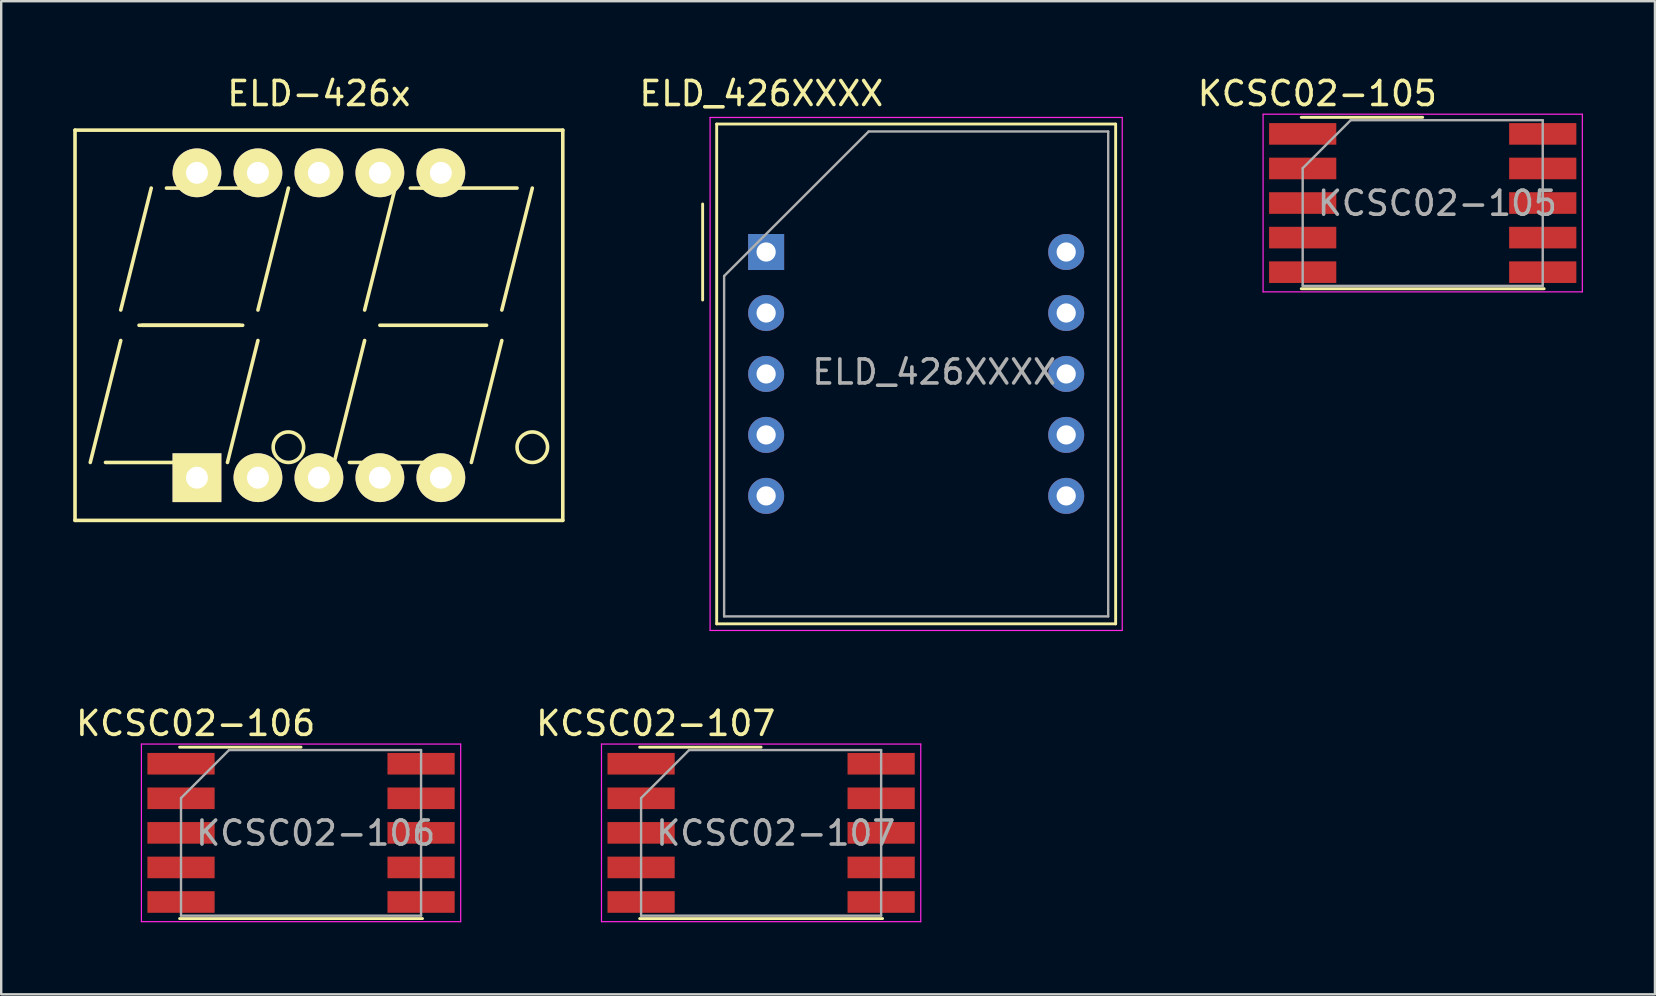
<source format=kicad_pcb>
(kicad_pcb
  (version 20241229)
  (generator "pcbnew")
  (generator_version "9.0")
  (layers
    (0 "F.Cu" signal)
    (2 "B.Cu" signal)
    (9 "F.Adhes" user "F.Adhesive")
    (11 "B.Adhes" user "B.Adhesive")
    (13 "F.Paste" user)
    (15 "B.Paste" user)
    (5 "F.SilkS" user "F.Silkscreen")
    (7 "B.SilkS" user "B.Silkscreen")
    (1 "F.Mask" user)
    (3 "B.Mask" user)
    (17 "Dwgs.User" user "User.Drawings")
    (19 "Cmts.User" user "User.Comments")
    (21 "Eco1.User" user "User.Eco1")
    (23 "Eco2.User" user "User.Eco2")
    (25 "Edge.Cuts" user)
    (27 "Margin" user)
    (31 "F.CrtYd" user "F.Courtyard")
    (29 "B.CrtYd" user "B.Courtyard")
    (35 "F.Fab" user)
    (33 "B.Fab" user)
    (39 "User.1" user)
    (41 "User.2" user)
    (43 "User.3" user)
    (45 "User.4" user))
  (footprint "ELD-426x"
    (layer "F.Cu")
    (at 10.235 10.5)
    (property "Reference" "ELD-426x" (at 0 -9.652 0) (layer "F.SilkS") (effects (font (size 1 1) (thickness 0.15))))
    (attr through_hole)
    (fp_line (start -10.16 -8.128) (end 10.16 -8.128) (stroke (width 0.15) (type solid)) (layer "F.SilkS"))
    (fp_line (start -10.16 8.128) (end -10.16 -8.128) (stroke (width 0.15) (type solid)) (layer "F.SilkS"))
    (fp_line (start -10.16 8.128) (end 10.16 8.128) (stroke (width 0.15) (type solid)) (layer "F.SilkS"))
    (fp_line (start -8.89 5.715) (end -4.445 5.715) (stroke (width 0.15) (type solid)) (layer "F.SilkS"))
    (fp_line (start -8.255 -0.635) (end -6.985 -5.715) (stroke (width 0.15) (type solid)) (layer "F.SilkS"))
    (fp_line (start -8.255 0.635) (end -9.525 5.715) (stroke (width 0.15) (type solid)) (layer "F.SilkS"))
    (fp_line (start -7.493 0) (end -3.175 0) (stroke (width 0.15) (type solid)) (layer "F.SilkS"))
    (fp_line (start -7.366 0) (end -3.302 0) (stroke (width 0.15) (type solid)) (layer "F.SilkS"))
    (fp_line (start -6.35 -5.715) (end -1.905 -5.715) (stroke (width 0.15) (type solid)) (layer "F.SilkS"))
    (fp_line (start -2.54 -0.635) (end -1.27 -5.715) (stroke (width 0.15) (type solid)) (layer "F.SilkS"))
    (fp_line (start -2.54 0.635) (end -3.81 5.715) (stroke (width 0.15) (type solid)) (layer "F.SilkS"))
    (fp_line (start 0.635 5.715) (end 1.905 0.635) (stroke (width 0.15) (type solid)) (layer "F.SilkS"))
    (fp_line (start 1.27 5.715) (end 5.715 5.715) (stroke (width 0.15) (type solid)) (layer "F.SilkS"))
    (fp_line (start 1.905 -0.635) (end 3.175 -5.715) (stroke (width 0.15) (type solid)) (layer "F.SilkS"))
    (fp_line (start 2.54 0) (end 6.985 0) (stroke (width 0.15) (type solid)) (layer "F.SilkS"))
    (fp_line (start 3.81 -5.715) (end 8.255 -5.715) (stroke (width 0.15) (type solid)) (layer "F.SilkS"))
    (fp_line (start 7.62 -0.635) (end 8.89 -5.715) (stroke (width 0.15) (type solid)) (layer "F.SilkS"))
    (fp_line (start 7.62 0.635) (end 6.35 5.715) (stroke (width 0.15) (type solid)) (layer "F.SilkS"))
    (fp_line (start 10.16 -8.128) (end 10.16 8.128) (stroke (width 0.15) (type solid)) (layer "F.SilkS"))
    (fp_circle (center -1.27 5.08) (end -0.635 5.08) (stroke (width 0.15) (type solid)) (fill no) (layer "F.SilkS"))
    (fp_circle (center 8.89 5.08) (end 9.525 5.08) (stroke (width 0.15) (type solid)) (fill no) (layer "F.SilkS"))
    (pad "1" thru_hole rect (at -5.08 6.35) (size 2.032 2.032) (drill 0.914) (layers "*.Cu" "*.Mask" "F.SilkS"))
    (pad "2" thru_hole circle (at -2.54 6.35) (size 2.032 2.032) (drill 0.914) (layers "*.Cu" "*.Mask" "F.SilkS"))
    (pad "3" thru_hole circle (at 0 6.35) (size 2.032 2.032) (drill 0.914) (layers "*.Cu" "*.Mask" "F.SilkS"))
    (pad "4" thru_hole circle (at 2.54 6.35) (size 2.032 2.032) (drill 0.914) (layers "*.Cu" "*.Mask" "F.SilkS"))
    (pad "5" thru_hole circle (at 5.08 6.35) (size 2.032 2.032) (drill 0.914) (layers "*.Cu" "*.Mask" "F.SilkS"))
    (pad "6" thru_hole circle (at 5.08 -6.35) (size 2.032 2.032) (drill 0.914) (layers "*.Cu" "*.Mask" "F.SilkS"))
    (pad "7" thru_hole circle (at 2.54 -6.35) (size 2.032 2.032) (drill 0.914) (layers "*.Cu" "*.Mask" "F.SilkS"))
    (pad "8" thru_hole circle (at 0 -6.35) (size 2.032 2.032) (drill 0.914) (layers "*.Cu" "*.Mask" "F.SilkS"))
    (pad "9" thru_hole circle (at -2.54 -6.35) (size 2.032 2.032) (drill 0.914) (layers "*.Cu" "*.Mask" "F.SilkS"))
    (pad "10" thru_hole circle (at -5.08 -6.35) (size 2.032 2.032) (drill 0.914) (layers "*.Cu" "*.Mask" "F.SilkS")))
  (footprint "KCSC02-105"
    (layer "F.Cu")
    (at 56.218 5.408)
    (property "Reference" "KCSC02-105" (at -4.39 -4.56 0) (layer "F.SilkS") (effects (font (size 1 1) (thickness 0.15))))
    (attr through_hole)
    (fp_line (start -5.06 -3.57) (end 0 -3.57) (stroke (width 0.12) (type solid)) (layer "F.SilkS"))
    (fp_line (start 5.06 3.57) (end -5.06 3.57) (stroke (width 0.12) (type solid)) (layer "F.SilkS"))
    (fp_line (start -6.65 -3.7) (end -6.65 3.7) (stroke (width 0.05) (type solid)) (layer "F.CrtYd"))
    (fp_line (start -6.65 -3.7) (end 6.65 -3.7) (stroke (width 0.05) (type solid)) (layer "F.CrtYd"))
    (fp_line (start 6.65 -3.7) (end 6.65 3.7) (stroke (width 0.05) (type solid)) (layer "F.CrtYd"))
    (fp_line (start 6.65 3.7) (end -6.65 3.7) (stroke (width 0.05) (type solid)) (layer "F.CrtYd"))
    (fp_line (start -5 -1.45) (end -3 -3.45) (stroke (width 0.1) (type solid)) (layer "F.Fab"))
    (fp_line (start -5 3.45) (end -5 -1.45) (stroke (width 0.1) (type solid)) (layer "F.Fab"))
    (fp_line (start -3 -3.45) (end 5 -3.45) (stroke (width 0.1) (type solid)) (layer "F.Fab"))
    (fp_line (start 5 -3.45) (end 5 3.45) (stroke (width 0.1) (type solid)) (layer "F.Fab"))
    (fp_line (start 5 3.45) (end -5 3.45) (stroke (width 0.1) (type solid)) (layer "F.Fab"))
    (fp_text user "${REFERENCE}" (at 0.61 0.01 0) (layer "F.Fab") (effects (font (size 1 1) (thickness 0.15))))
    (pad "1" smd rect (at -5 -2.88) (size 2.8 0.9) (layers "F.Cu" "F.Mask" "F.Paste"))
    (pad "2" smd rect (at -5 -1.44) (size 2.8 0.9) (layers "F.Cu" "F.Mask" "F.Paste"))
    (pad "3" smd rect (at -5 0) (size 2.8 0.9) (layers "F.Cu" "F.Mask" "F.Paste"))
    (pad "4" smd rect (at -5 1.44) (size 2.8 0.9) (layers "F.Cu" "F.Mask" "F.Paste"))
    (pad "5" smd rect (at -5 2.88) (size 2.8 0.9) (layers "F.Cu" "F.Mask" "F.Paste"))
    (pad "6" smd rect (at 5 2.88) (size 2.8 0.9) (layers "F.Cu" "F.Mask" "F.Paste"))
    (pad "7" smd rect (at 5 1.44) (size 2.8 0.9) (layers "F.Cu" "F.Mask" "F.Paste"))
    (pad "8" smd rect (at 5 0) (size 2.8 0.9) (layers "F.Cu" "F.Mask" "F.Paste"))
    (pad "9" smd rect (at 5 -1.44) (size 2.8 0.9) (layers "F.Cu" "F.Mask" "F.Paste"))
    (pad "10" smd rect (at 5 -2.88) (size 2.8 0.9) (layers "F.Cu" "F.Mask" "F.Paste")))
  (footprint "KCSC02-106"
    (layer "F.Cu")
    (at 9.491 31.646)
    (property "Reference" "KCSC02-106" (at -4.39 -4.56 0) (layer "F.SilkS") (effects (font (size 1 1) (thickness 0.15))))
    (attr through_hole)
    (fp_line (start -5.06 -3.57) (end 0 -3.57) (stroke (width 0.12) (type solid)) (layer "F.SilkS"))
    (fp_line (start 5.06 3.57) (end -5.06 3.57) (stroke (width 0.12) (type solid)) (layer "F.SilkS"))
    (fp_line (start -6.65 -3.7) (end -6.65 3.7) (stroke (width 0.05) (type solid)) (layer "F.CrtYd"))
    (fp_line (start -6.65 -3.7) (end 6.65 -3.7) (stroke (width 0.05) (type solid)) (layer "F.CrtYd"))
    (fp_line (start 6.65 -3.7) (end 6.65 3.7) (stroke (width 0.05) (type solid)) (layer "F.CrtYd"))
    (fp_line (start 6.65 3.7) (end -6.65 3.7) (stroke (width 0.05) (type solid)) (layer "F.CrtYd"))
    (fp_line (start -5 -1.45) (end -3 -3.45) (stroke (width 0.1) (type solid)) (layer "F.Fab"))
    (fp_line (start -5 3.45) (end -5 -1.45) (stroke (width 0.1) (type solid)) (layer "F.Fab"))
    (fp_line (start -3 -3.45) (end 5 -3.45) (stroke (width 0.1) (type solid)) (layer "F.Fab"))
    (fp_line (start 5 -3.45) (end 5 3.45) (stroke (width 0.1) (type solid)) (layer "F.Fab"))
    (fp_line (start 5 3.45) (end -5 3.45) (stroke (width 0.1) (type solid)) (layer "F.Fab"))
    (fp_text user "${REFERENCE}" (at 0.61 0.01 0) (layer "F.Fab") (effects (font (size 1 1) (thickness 0.15))))
    (pad "1" smd rect (at -5 -2.88) (size 2.8 0.9) (layers "F.Cu" "F.Mask" "F.Paste"))
    (pad "2" smd rect (at -5 -1.44) (size 2.8 0.9) (layers "F.Cu" "F.Mask" "F.Paste"))
    (pad "3" smd rect (at -5 0) (size 2.8 0.9) (layers "F.Cu" "F.Mask" "F.Paste"))
    (pad "4" smd rect (at -5 1.44) (size 2.8 0.9) (layers "F.Cu" "F.Mask" "F.Paste"))
    (pad "5" smd rect (at -5 2.88) (size 2.8 0.9) (layers "F.Cu" "F.Mask" "F.Paste"))
    (pad "6" smd rect (at 5 2.88) (size 2.8 0.9) (layers "F.Cu" "F.Mask" "F.Paste"))
    (pad "7" smd rect (at 5 1.44) (size 2.8 0.9) (layers "F.Cu" "F.Mask" "F.Paste"))
    (pad "8" smd rect (at 5 0) (size 2.8 0.9) (layers "F.Cu" "F.Mask" "F.Paste"))
    (pad "9" smd rect (at 5 -1.44) (size 2.8 0.9) (layers "F.Cu" "F.Mask" "F.Paste"))
    (pad "10" smd rect (at 5 -2.88) (size 2.8 0.9) (layers "F.Cu" "F.Mask" "F.Paste")))
  (footprint "ELD_426XXXX"
    (layer "F.Cu")
    (at 28.866 7.448)
    (property "Reference" "ELD_426XXXX" (at -0.2 -6.6 0) (layer "F.SilkS") (effects (font (size 1 1) (thickness 0.15))))
    (attr through_hole)
    (fp_line (start -2.645 -2) (end -2.645 2) (stroke (width 0.12) (type solid)) (layer "F.SilkS"))
    (fp_line (start -2.06 -5.33) (end 14.56 -5.33) (stroke (width 0.12) (type solid)) (layer "F.SilkS"))
    (fp_line (start -2.06 15.49) (end -2.06 -5.33) (stroke (width 0.12) (type solid)) (layer "F.SilkS"))
    (fp_line (start 14.56 -5.33) (end 14.56 15.49) (stroke (width 0.12) (type solid)) (layer "F.SilkS"))
    (fp_line (start 14.56 15.49) (end -2.06 15.49) (stroke (width 0.12) (type solid)) (layer "F.SilkS"))
    (fp_line (start -2.335 -5.605) (end 14.835 -5.605) (stroke (width 0.05) (type solid)) (layer "F.CrtYd"))
    (fp_line (start -2.335 15.765) (end -2.335 -5.605) (stroke (width 0.05) (type solid)) (layer "F.CrtYd"))
    (fp_line (start 14.835 -5.605) (end 14.835 15.765) (stroke (width 0.05) (type solid)) (layer "F.CrtYd"))
    (fp_line (start 14.835 15.765) (end -2.335 15.765) (stroke (width 0.05) (type solid)) (layer "F.CrtYd"))
    (fp_line (start -1.75 1) (end 4.27 -5.02) (stroke (width 0.1) (type solid)) (layer "F.Fab"))
    (fp_line (start -1.75 15.18) (end -1.75 1) (stroke (width 0.1) (type solid)) (layer "F.Fab"))
    (fp_line (start 4.27 -5.02) (end 14.25 -5.02) (stroke (width 0.1) (type solid)) (layer "F.Fab"))
    (fp_line (start 14.25 -5.02) (end 14.25 15.18) (stroke (width 0.1) (type solid)) (layer "F.Fab"))
    (fp_line (start 14.25 15.18) (end -1.75 15.18) (stroke (width 0.1) (type solid)) (layer "F.Fab"))
    (fp_text user "${REFERENCE}" (at 7 5 0) (layer "F.Fab") (effects (font (size 1 1) (thickness 0.15))))
    (pad "1" thru_hole rect (at 0 0) (size 1.5 1.5) (drill 0.8) (layers "*.Cu" "*.Mask"))
    (pad "2" thru_hole circle (at 0 2.54) (size 1.5 1.5) (drill 0.8) (layers "*.Cu" "*.Mask"))
    (pad "3" thru_hole circle (at 0 5.08) (size 1.5 1.5) (drill 0.8) (layers "*.Cu" "*.Mask"))
    (pad "4" thru_hole circle (at 0 7.62) (size 1.5 1.5) (drill 0.8) (layers "*.Cu" "*.Mask"))
    (pad "5" thru_hole circle (at 0 10.16) (size 1.5 1.5) (drill 0.8) (layers "*.Cu" "*.Mask"))
    (pad "6" thru_hole circle (at 12.5 10.16) (size 1.5 1.5) (drill 0.8) (layers "*.Cu" "*.Mask"))
    (pad "7" thru_hole circle (at 12.5 7.62) (size 1.5 1.5) (drill 0.8) (layers "*.Cu" "*.Mask"))
    (pad "8" thru_hole circle (at 12.5 5.08) (size 1.5 1.5) (drill 0.8) (layers "*.Cu" "*.Mask"))
    (pad "9" thru_hole circle (at 12.5 2.54) (size 1.5 1.5) (drill 0.8) (layers "*.Cu" "*.Mask"))
    (pad "10" thru_hole circle (at 12.5 0) (size 1.5 1.5) (drill 0.8) (layers "*.Cu" "*.Mask")))
  (footprint "KCSC02-107"
    (layer "F.Cu")
    (at 28.657 31.646)
    (property "Reference" "KCSC02-107" (at -4.39 -4.56 0) (layer "F.SilkS") (effects (font (size 1 1) (thickness 0.15))))
    (attr through_hole)
    (fp_line (start -5.06 -3.57) (end 0 -3.57) (stroke (width 0.12) (type solid)) (layer "F.SilkS"))
    (fp_line (start 5.06 3.57) (end -5.06 3.57) (stroke (width 0.12) (type solid)) (layer "F.SilkS"))
    (fp_line (start -6.65 -3.7) (end -6.65 3.7) (stroke (width 0.05) (type solid)) (layer "F.CrtYd"))
    (fp_line (start -6.65 -3.7) (end 6.65 -3.7) (stroke (width 0.05) (type solid)) (layer "F.CrtYd"))
    (fp_line (start 6.65 -3.7) (end 6.65 3.7) (stroke (width 0.05) (type solid)) (layer "F.CrtYd"))
    (fp_line (start 6.65 3.7) (end -6.65 3.7) (stroke (width 0.05) (type solid)) (layer "F.CrtYd"))
    (fp_line (start -5 -1.45) (end -3 -3.45) (stroke (width 0.1) (type solid)) (layer "F.Fab"))
    (fp_line (start -5 3.45) (end -5 -1.45) (stroke (width 0.1) (type solid)) (layer "F.Fab"))
    (fp_line (start -3 -3.45) (end 5 -3.45) (stroke (width 0.1) (type solid)) (layer "F.Fab"))
    (fp_line (start 5 -3.45) (end 5 3.45) (stroke (width 0.1) (type solid)) (layer "F.Fab"))
    (fp_line (start 5 3.45) (end -5 3.45) (stroke (width 0.1) (type solid)) (layer "F.Fab"))
    (fp_text user "${REFERENCE}" (at 0.61 0.01 0) (layer "F.Fab") (effects (font (size 1 1) (thickness 0.15))))
    (pad "1" smd rect (at -5 -2.88) (size 2.8 0.9) (layers "F.Cu" "F.Mask" "F.Paste"))
    (pad "2" smd rect (at -5 -1.44) (size 2.8 0.9) (layers "F.Cu" "F.Mask" "F.Paste"))
    (pad "3" smd rect (at -5 0) (size 2.8 0.9) (layers "F.Cu" "F.Mask" "F.Paste"))
    (pad "4" smd rect (at -5 1.44) (size 2.8 0.9) (layers "F.Cu" "F.Mask" "F.Paste"))
    (pad "5" smd rect (at -5 2.88) (size 2.8 0.9) (layers "F.Cu" "F.Mask" "F.Paste"))
    (pad "6" smd rect (at 5 2.88) (size 2.8 0.9) (layers "F.Cu" "F.Mask" "F.Paste"))
    (pad "7" smd rect (at 5 1.44) (size 2.8 0.9) (layers "F.Cu" "F.Mask" "F.Paste"))
    (pad "8" smd rect (at 5 0) (size 2.8 0.9) (layers "F.Cu" "F.Mask" "F.Paste"))
    (pad "9" smd rect (at 5 -1.44) (size 2.8 0.9) (layers "F.Cu" "F.Mask" "F.Paste"))
    (pad "10" smd rect (at 5 -2.88) (size 2.8 0.9) (layers "F.Cu" "F.Mask" "F.Paste")))
  (gr_rect
    (start -3 -3)
    (end 65.893 38.371)
    (stroke (width 0.1) (type default))
    (fill no)
    (layer "Edge.Cuts")))
</source>
